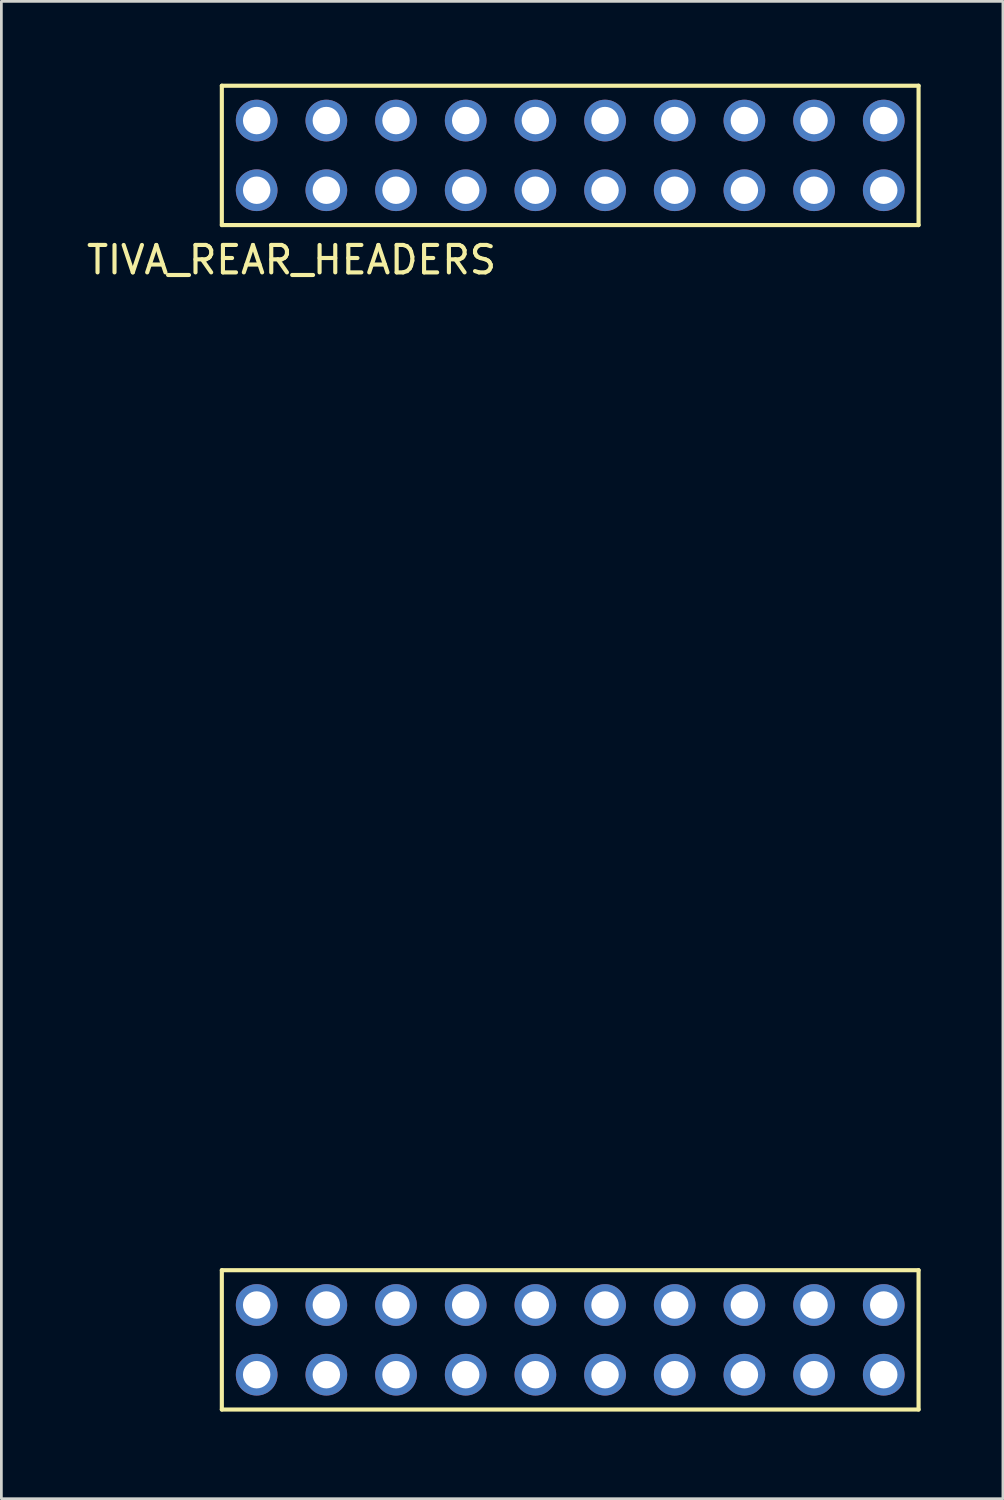
<source format=kicad_pcb>
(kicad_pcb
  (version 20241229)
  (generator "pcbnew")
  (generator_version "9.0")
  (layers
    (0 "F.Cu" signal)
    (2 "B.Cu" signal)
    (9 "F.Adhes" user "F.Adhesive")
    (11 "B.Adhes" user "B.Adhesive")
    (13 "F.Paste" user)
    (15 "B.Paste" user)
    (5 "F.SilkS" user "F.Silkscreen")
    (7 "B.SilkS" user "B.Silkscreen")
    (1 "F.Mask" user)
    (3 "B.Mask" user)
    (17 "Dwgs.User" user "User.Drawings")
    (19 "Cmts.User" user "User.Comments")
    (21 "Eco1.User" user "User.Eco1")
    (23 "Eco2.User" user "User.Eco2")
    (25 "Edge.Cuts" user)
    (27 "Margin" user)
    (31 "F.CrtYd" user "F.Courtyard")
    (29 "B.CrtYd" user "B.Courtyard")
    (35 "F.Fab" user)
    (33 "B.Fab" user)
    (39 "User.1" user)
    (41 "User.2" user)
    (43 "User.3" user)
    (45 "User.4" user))
  (footprint "TIVA_REAR_HEADERS"
    (layer "F.Cu")
    (at 5.037 48.335)
    (property "Reference" "TIVA_REAR_HEADERS" (at 2.54 -41.91 0) (layer "F.SilkS") (effects (font (size 1 1) (thickness 0.15))))
    (attr through_hole)
    (fp_line (start 0 -48.26) (end 0 -43.18) (stroke (width 0.15) (type solid)) (layer "F.SilkS"))
    (fp_line (start 0 -43.18) (end 25.4 -43.18) (stroke (width 0.15) (type solid)) (layer "F.SilkS"))
    (fp_line (start 0 -5.08) (end 0 0) (stroke (width 0.15) (type solid)) (layer "F.SilkS"))
    (fp_line (start 0 0) (end 25.4 0) (stroke (width 0.15) (type solid)) (layer "F.SilkS"))
    (fp_line (start 25.4 -48.26) (end 0 -48.26) (stroke (width 0.15) (type solid)) (layer "F.SilkS"))
    (fp_line (start 25.4 -43.18) (end 25.4 -48.26) (stroke (width 0.15) (type solid)) (layer "F.SilkS"))
    (fp_line (start 25.4 -5.08) (end 0 -5.08) (stroke (width 0.15) (type solid)) (layer "F.SilkS"))
    (fp_line (start 25.4 0) (end 25.4 -5.08) (stroke (width 0.15) (type solid)) (layer "F.SilkS"))
    (pad "A11" thru_hole circle (at 24.13 -46.99) (size 1.52 1.52) (drill 1) (layers "*.Cu" "*.Mask" "F.Paste"))
    (pad "A12" thru_hole circle (at 21.59 -46.99) (size 1.52 1.52) (drill 1) (layers "*.Cu" "*.Mask" "F.Paste"))
    (pad "A13" thru_hole circle (at 19.05 -46.99) (size 1.52 1.52) (drill 1) (layers "*.Cu" "*.Mask" "F.Paste"))
    (pad "A14" thru_hole circle (at 16.51 -46.99) (size 1.52 1.52) (drill 1) (layers "*.Cu" "*.Mask" "F.Paste"))
    (pad "A15" thru_hole circle (at 13.97 -46.99) (size 1.52 1.52) (drill 1) (layers "*.Cu" "*.Mask" "F.Paste"))
    (pad "A16" thru_hole circle (at 11.43 -46.99) (size 1.52 1.52) (drill 1) (layers "*.Cu" "*.Mask" "F.Paste"))
    (pad "A17" thru_hole circle (at 8.89 -46.99) (size 1.52 1.52) (drill 1) (layers "*.Cu" "*.Mask" "F.Paste"))
    (pad "A18" thru_hole circle (at 6.35 -46.99) (size 1.52 1.52) (drill 1) (layers "*.Cu" "*.Mask" "F.Paste"))
    (pad "A19" thru_hole circle (at 3.81 -46.99) (size 1.52 1.52) (drill 1) (layers "*.Cu" "*.Mask" "F.Paste"))
    (pad "A110" thru_hole circle (at 1.27 -46.99) (size 1.52 1.52) (drill 1) (layers "*.Cu" "*.Mask" "F.Paste"))
    (pad "B11" thru_hole circle (at 24.13 -44.45) (size 1.52 1.52) (drill 1) (layers "*.Cu" "*.Mask" "F.Paste"))
    (pad "B12" thru_hole circle (at 21.59 -44.45) (size 1.52 1.52) (drill 1) (layers "*.Cu" "*.Mask" "F.Paste"))
    (pad "B13" thru_hole circle (at 19.05 -44.45) (size 1.52 1.52) (drill 1) (layers "*.Cu" "*.Mask" "F.Paste"))
    (pad "B14" thru_hole circle (at 16.51 -44.45) (size 1.52 1.52) (drill 1) (layers "*.Cu" "*.Mask" "F.Paste"))
    (pad "B15" thru_hole circle (at 13.97 -44.45) (size 1.52 1.52) (drill 1) (layers "*.Cu" "*.Mask" "F.Paste"))
    (pad "B16" thru_hole circle (at 11.43 -44.45) (size 1.52 1.52) (drill 1) (layers "*.Cu" "*.Mask" "F.Paste"))
    (pad "B17" thru_hole circle (at 8.89 -44.45) (size 1.52 1.52) (drill 1) (layers "*.Cu" "*.Mask" "F.Paste"))
    (pad "B18" thru_hole circle (at 6.35 -44.45) (size 1.52 1.52) (drill 1) (layers "*.Cu" "*.Mask" "F.Paste"))
    (pad "B19" thru_hole circle (at 3.81 -44.45) (size 1.52 1.52) (drill 1) (layers "*.Cu" "*.Mask" "F.Paste"))
    (pad "B110" thru_hole circle (at 1.27 -44.45) (size 1.52 1.52) (drill 1) (layers "*.Cu" "*.Mask" "F.Paste"))
    (pad "C11" thru_hole circle (at 24.13 -3.81) (size 1.52 1.52) (drill 1) (layers "*.Cu" "*.Mask" "F.Paste"))
    (pad "C12" thru_hole circle (at 21.59 -3.81) (size 1.52 1.52) (drill 1) (layers "*.Cu" "*.Mask" "F.Paste"))
    (pad "C13" thru_hole circle (at 19.05 -3.81) (size 1.52 1.52) (drill 1) (layers "*.Cu" "*.Mask" "F.Paste"))
    (pad "C14" thru_hole circle (at 16.51 -3.81) (size 1.52 1.52) (drill 1) (layers "*.Cu" "*.Mask" "F.Paste"))
    (pad "C15" thru_hole circle (at 13.97 -3.81) (size 1.52 1.52) (drill 1) (layers "*.Cu" "*.Mask" "F.Paste"))
    (pad "C16" thru_hole circle (at 11.43 -3.81) (size 1.52 1.52) (drill 1) (layers "*.Cu" "*.Mask" "F.Paste"))
    (pad "C17" thru_hole circle (at 8.89 -3.81) (size 1.52 1.52) (drill 1) (layers "*.Cu" "*.Mask" "F.Paste"))
    (pad "C18" thru_hole circle (at 6.35 -3.81) (size 1.52 1.52) (drill 1) (layers "*.Cu" "*.Mask" "F.Paste"))
    (pad "C19" thru_hole circle (at 3.81 -3.81) (size 1.52 1.52) (drill 1) (layers "*.Cu" "*.Mask" "F.Paste"))
    (pad "C110" thru_hole circle (at 1.27 -3.81) (size 1.52 1.52) (drill 1) (layers "*.Cu" "*.Mask" "F.Paste"))
    (pad "D11" thru_hole circle (at 24.13 -1.27) (size 1.52 1.52) (drill 1) (layers "*.Cu" "*.Mask" "F.Paste"))
    (pad "D12" thru_hole circle (at 21.59 -1.27) (size 1.52 1.52) (drill 1) (layers "*.Cu" "*.Mask" "F.Paste"))
    (pad "D13" thru_hole circle (at 19.05 -1.27) (size 1.52 1.52) (drill 1) (layers "*.Cu" "*.Mask" "F.Paste"))
    (pad "D14" thru_hole circle (at 16.51 -1.27) (size 1.52 1.52) (drill 1) (layers "*.Cu" "*.Mask" "F.Paste"))
    (pad "D15" thru_hole circle (at 13.97 -1.27) (size 1.52 1.52) (drill 1) (layers "*.Cu" "*.Mask" "F.Paste"))
    (pad "D16" thru_hole circle (at 11.43 -1.27) (size 1.52 1.52) (drill 1) (layers "*.Cu" "*.Mask" "F.Paste"))
    (pad "D17" thru_hole circle (at 8.89 -1.27) (size 1.52 1.52) (drill 1) (layers "*.Cu" "*.Mask" "F.Paste"))
    (pad "D18" thru_hole circle (at 6.35 -1.27) (size 1.52 1.52) (drill 1) (layers "*.Cu" "*.Mask" "F.Paste"))
    (pad "D19" thru_hole circle (at 3.81 -1.27) (size 1.52 1.52) (drill 1) (layers "*.Cu" "*.Mask" "F.Paste"))
    (pad "D110" thru_hole circle (at 1.27 -1.27) (size 1.52 1.52) (drill 1) (layers "*.Cu" "*.Mask" "F.Paste")))
  (gr_rect
    (start -3 -3)
    (end 33.512 51.585)
    (stroke (width 0.1) (type default))
    (fill no)
    (layer "Edge.Cuts")))
</source>
